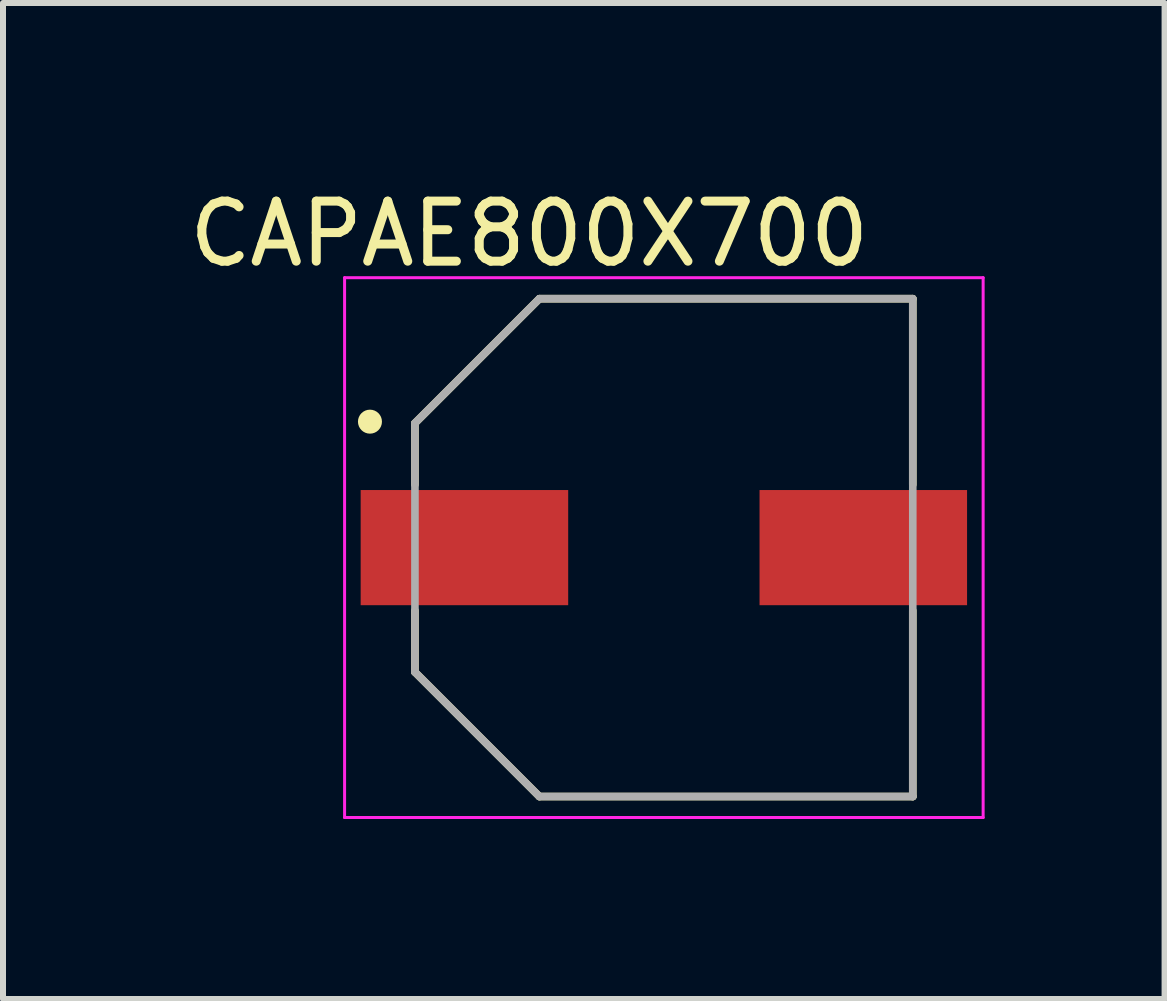
<source format=kicad_pcb>
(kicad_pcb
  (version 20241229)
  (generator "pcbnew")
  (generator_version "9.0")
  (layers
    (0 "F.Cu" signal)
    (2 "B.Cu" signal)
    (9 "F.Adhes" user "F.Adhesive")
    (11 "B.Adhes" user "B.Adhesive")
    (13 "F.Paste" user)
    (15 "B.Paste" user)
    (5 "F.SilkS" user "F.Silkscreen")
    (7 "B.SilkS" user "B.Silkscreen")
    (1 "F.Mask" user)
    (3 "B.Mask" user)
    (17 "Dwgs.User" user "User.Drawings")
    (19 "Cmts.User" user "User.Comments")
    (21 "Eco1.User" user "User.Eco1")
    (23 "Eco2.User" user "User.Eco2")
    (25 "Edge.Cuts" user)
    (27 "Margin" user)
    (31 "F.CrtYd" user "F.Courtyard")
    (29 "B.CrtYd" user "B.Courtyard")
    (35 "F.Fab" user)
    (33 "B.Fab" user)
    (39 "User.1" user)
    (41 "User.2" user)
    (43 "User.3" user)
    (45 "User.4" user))
  (footprint "CAPAE800X700"
    (layer "F.Cu")
    (at 8.018 6.08)
    (property "Reference" "CAPAE800X700" (at -2.244 -5.231 0) (layer "F.SilkS") (effects (font (size 1.001 1.001) (thickness 0.15))))
    (attr smd)
    (fp_line (start -4.15 -2.075) (end -4.15 -1.05) (stroke (width 0.127) (type solid)) (layer "F.SilkS"))
    (fp_line (start -4.15 2.075) (end -4.15 1.05) (stroke (width 0.127) (type solid)) (layer "F.SilkS"))
    (fp_line (start -2.075 -4.15) (end -4.15 -2.075) (stroke (width 0.127) (type solid)) (layer "F.SilkS"))
    (fp_line (start -2.075 -4.15) (end 4.15 -4.15) (stroke (width 0.127) (type solid)) (layer "F.SilkS"))
    (fp_line (start -2.075 4.15) (end -4.15 2.075) (stroke (width 0.127) (type solid)) (layer "F.SilkS"))
    (fp_line (start -2.075 4.15) (end 4.15 4.15) (stroke (width 0.127) (type solid)) (layer "F.SilkS"))
    (fp_line (start 4.15 -4.15) (end 4.15 -1.05) (stroke (width 0.127) (type solid)) (layer "F.SilkS"))
    (fp_line (start 4.15 4.15) (end 4.15 1.05) (stroke (width 0.127) (type solid)) (layer "F.SilkS"))
    (fp_circle (center -4.9 -2.1) (end -4.8 -2.1) (stroke (width 0.2) (type solid)) (fill no) (layer "F.SilkS"))
    (fp_line (start -5.323 -4.5) (end -5.323 4.5) (stroke (width 0.05) (type solid)) (layer "F.CrtYd"))
    (fp_line (start -5.323 -4.5) (end 5.323 -4.5) (stroke (width 0.05) (type solid)) (layer "F.CrtYd"))
    (fp_line (start -5.323 4.5) (end 5.323 4.5) (stroke (width 0.05) (type solid)) (layer "F.CrtYd"))
    (fp_line (start 5.323 -4.5) (end 5.323 4.5) (stroke (width 0.05) (type solid)) (layer "F.CrtYd"))
    (fp_line (start -4.15 -2.075) (end -2.075 -4.15) (stroke (width 0.127) (type solid)) (layer "F.Fab"))
    (fp_line (start -4.15 2.075) (end -4.15 -2.075) (stroke (width 0.127) (type solid)) (layer "F.Fab"))
    (fp_line (start -2.075 -4.15) (end 4.15 -4.15) (stroke (width 0.127) (type solid)) (layer "F.Fab"))
    (fp_line (start -2.075 4.15) (end -4.15 2.075) (stroke (width 0.127) (type solid)) (layer "F.Fab"))
    (fp_line (start 4.15 -4.15) (end 4.15 4.15) (stroke (width 0.127) (type solid)) (layer "F.Fab"))
    (fp_line (start 4.15 4.15) (end -2.075 4.15) (stroke (width 0.127) (type solid)) (layer "F.Fab"))
    (pad "1" smd rect (at -3.325 0) (size 3.46 1.92) (layers "F.Cu" "F.Mask" "F.Paste"))
    (pad "2" smd rect (at 3.325 0) (size 3.46 1.92) (layers "F.Cu" "F.Mask" "F.Paste")))
  (gr_rect
    (start -3 -3)
    (end 16.366 13.605)
    (stroke (width 0.1) (type default))
    (fill no)
    (layer "Edge.Cuts")))
</source>
